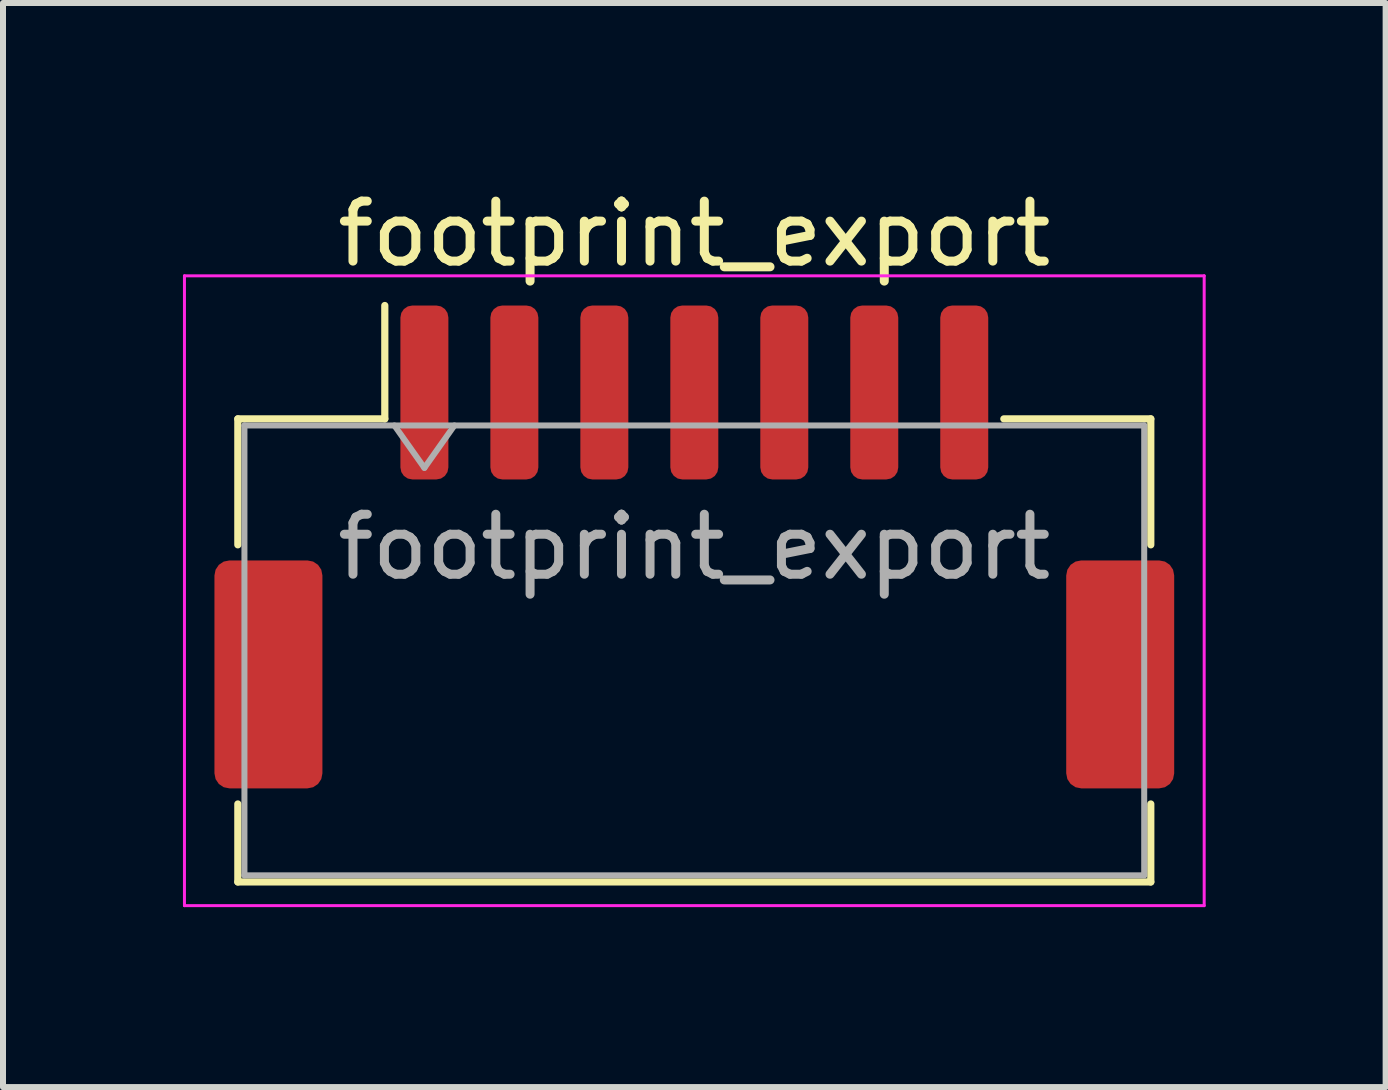
<source format=kicad_pcb>
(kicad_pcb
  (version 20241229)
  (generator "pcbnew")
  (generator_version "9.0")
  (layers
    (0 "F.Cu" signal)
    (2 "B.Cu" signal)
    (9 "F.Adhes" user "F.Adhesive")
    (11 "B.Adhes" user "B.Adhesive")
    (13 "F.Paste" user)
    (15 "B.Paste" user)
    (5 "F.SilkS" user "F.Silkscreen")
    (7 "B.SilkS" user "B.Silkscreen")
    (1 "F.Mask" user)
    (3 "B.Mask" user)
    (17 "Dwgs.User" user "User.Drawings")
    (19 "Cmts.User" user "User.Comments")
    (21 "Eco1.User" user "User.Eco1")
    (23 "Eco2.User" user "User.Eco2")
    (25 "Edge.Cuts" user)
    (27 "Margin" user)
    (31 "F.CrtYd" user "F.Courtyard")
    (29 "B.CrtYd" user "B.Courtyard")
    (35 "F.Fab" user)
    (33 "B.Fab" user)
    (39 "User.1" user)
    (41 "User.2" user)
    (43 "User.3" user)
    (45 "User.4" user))
  (footprint "footprint_export"
    (layer "F.Cu")
    (at 8.525 6.068)
    (property "Reference" "footprint_export" (at 0 -5.22 0) (layer "F.SilkS") (effects (font (size 1 1) (thickness 0.15))))
    (attr smd)
    (fp_line (start -7.61 -2.135) (end -5.16 -2.135) (stroke (width 0.12) (type solid)) (layer "F.SilkS"))
    (fp_line (start -7.61 -0.035) (end -7.61 -2.135) (stroke (width 0.12) (type solid)) (layer "F.SilkS"))
    (fp_line (start -7.61 4.285) (end -7.61 5.585) (stroke (width 0.12) (type solid)) (layer "F.SilkS"))
    (fp_line (start -7.61 5.585) (end 7.61 5.585) (stroke (width 0.12) (type solid)) (layer "F.SilkS"))
    (fp_line (start -5.16 -2.135) (end -5.16 -4.025) (stroke (width 0.12) (type solid)) (layer "F.SilkS"))
    (fp_line (start 7.61 -2.135) (end 5.16 -2.135) (stroke (width 0.12) (type solid)) (layer "F.SilkS"))
    (fp_line (start 7.61 -0.035) (end 7.61 -2.135) (stroke (width 0.12) (type solid)) (layer "F.SilkS"))
    (fp_line (start 7.61 5.585) (end 7.61 4.285) (stroke (width 0.12) (type solid)) (layer "F.SilkS"))
    (fp_line (start -8.5 -4.52) (end -8.5 5.98) (stroke (width 0.05) (type solid)) (layer "F.CrtYd"))
    (fp_line (start -8.5 5.98) (end 8.5 5.98) (stroke (width 0.05) (type solid)) (layer "F.CrtYd"))
    (fp_line (start 8.5 -4.52) (end -8.5 -4.52) (stroke (width 0.05) (type solid)) (layer "F.CrtYd"))
    (fp_line (start 8.5 5.98) (end 8.5 -4.52) (stroke (width 0.05) (type solid)) (layer "F.CrtYd"))
    (fp_line (start -7.5 -2.025) (end -7.5 5.475) (stroke (width 0.1) (type solid)) (layer "F.Fab"))
    (fp_line (start -7.5 -2.025) (end 7.5 -2.025) (stroke (width 0.1) (type solid)) (layer "F.Fab"))
    (fp_line (start -7.5 5.475) (end 7.5 5.475) (stroke (width 0.1) (type solid)) (layer "F.Fab"))
    (fp_line (start -5 -2.025) (end -4.5 -1.318) (stroke (width 0.1) (type solid)) (layer "F.Fab"))
    (fp_line (start -4.5 -1.318) (end -4 -2.025) (stroke (width 0.1) (type solid)) (layer "F.Fab"))
    (fp_line (start 7.5 -2.025) (end 7.5 5.475) (stroke (width 0.1) (type solid)) (layer "F.Fab"))
    (fp_text user "${REFERENCE}" (at 0 0 0) (layer "F.Fab") (effects (font (size 1 1) (thickness 0.15))))
    (pad "1" smd roundrect (at -4.5 -2.575) (size 0.8 2.9) (layers "F.Cu" "F.Mask" "F.Paste") (roundrect_rratio 0.25))
    (pad "2" smd roundrect (at -3 -2.575) (size 0.8 2.9) (layers "F.Cu" "F.Mask" "F.Paste") (roundrect_rratio 0.25))
    (pad "3" smd roundrect (at -1.5 -2.575) (size 0.8 2.9) (layers "F.Cu" "F.Mask" "F.Paste") (roundrect_rratio 0.25))
    (pad "4" smd roundrect (at 0 -2.575) (size 0.8 2.9) (layers "F.Cu" "F.Mask" "F.Paste") (roundrect_rratio 0.25))
    (pad "5" smd roundrect (at 1.5 -2.575) (size 0.8 2.9) (layers "F.Cu" "F.Mask" "F.Paste") (roundrect_rratio 0.25))
    (pad "6" smd roundrect (at 3 -2.575) (size 0.8 2.9) (layers "F.Cu" "F.Mask" "F.Paste") (roundrect_rratio 0.25))
    (pad "7" smd roundrect (at 4.5 -2.575) (size 0.8 2.9) (layers "F.Cu" "F.Mask" "F.Paste") (roundrect_rratio 0.25))
    (pad "MP" smd roundrect (at -7.1 2.125) (size 1.8 3.8) (layers "F.Cu" "F.Mask" "F.Paste") (roundrect_rratio 0.139))
    (pad "MP" smd roundrect (at 7.1 2.125) (size 1.8 3.8) (layers "F.Cu" "F.Mask" "F.Paste") (roundrect_rratio 0.139)))
  (gr_rect
    (start -3 -3)
    (end 20.05 15.073)
    (stroke (width 0.1) (type default))
    (fill no)
    (layer "Edge.Cuts")))
</source>
